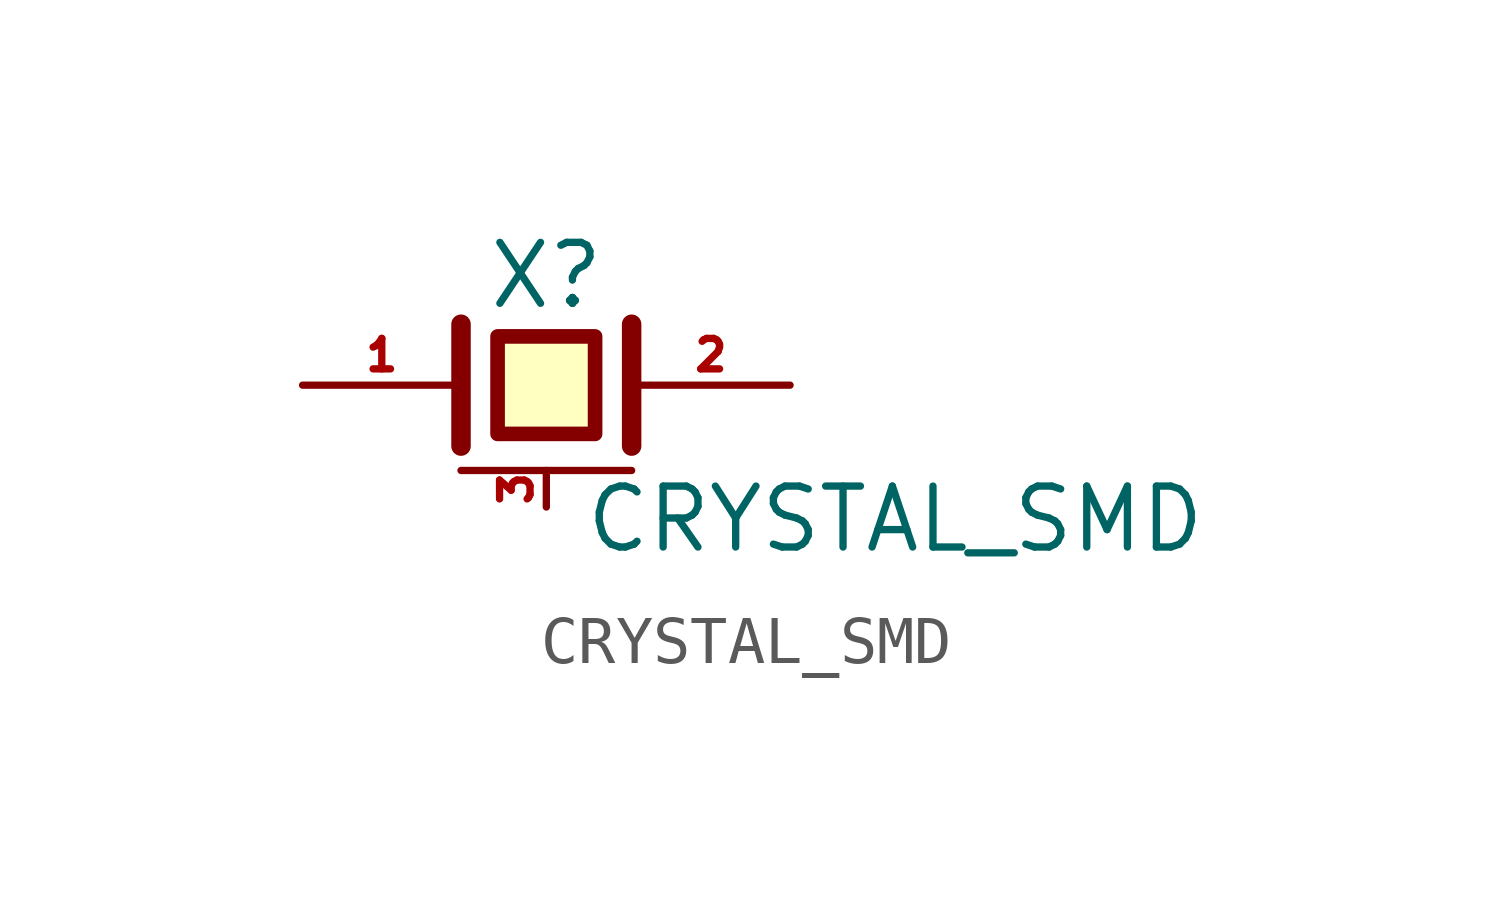
<source format=kicad_sym>
(kicad_symbol_lib
  (version 20220914)
  (generator kicad_symbol_editor)
  (symbol "CRYSTAL_SMD"
    (pin_names
      (offset 1.016) hide)
    (property "Reference" "X"
      (at 0 2.286 0)
      (effects (font (size 1.27 1.27))))
    (property "Value" "CRYSTAL_SMD"
      (at 0.762 -2.794 0)
      (effects (font (size 1.27 1.27)) (justify left)))
    (property "Footprint" ""
      (at 0 0 0)
      (effects (font (size 1.27 1.27))))
    (property "Datasheet" ""
      (at 0 0 0)
      (effects (font (size 1.27 1.27))))
    (symbol "CRYSTAL_SMD_0_1"
      (polyline (pts (xy -1.778 -1.778) (xy 1.778 -1.778)) (stroke (width 0) (type solid)) (fill (type none)))
      (polyline (pts (xy -1.778 1.27) (xy -1.778 -1.27)) (stroke (width 0.406) (type solid)) (fill (type none)))
      (polyline (pts (xy 1.778 1.27) (xy 1.778 -1.27)) (stroke (width 0.406) (type solid)) (fill (type none)))
      (polyline (pts (xy -1.016 1.016) (xy 1.016 1.016) (xy 1.016 -1.016) (xy -1.016 -1.016) (xy -1.016 1.016)) (stroke (width 0.305) (type solid)) (fill (type background))))
    (symbol "CRYSTAL_SMD_1_1"
      (pin passive line (at -5.08 0 0) (length 3.302) (name "1" (effects (font (size 0.508 0.508)))) (number "1" (effects (font (size 0.635 0.635)))))
      (pin passive line (at 5.08 0 180) (length 3.302) (name "2" (effects (font (size 0.508 0.508)))) (number "2" (effects (font (size 0.635 0.635)))))
      (pin passive line (at 0 -2.54 90) (length 0.762) (name "case" (effects (font (size 0.508 0.508)))) (number "3" (effects (font (size 0.635 0.635))))))))
</source>
